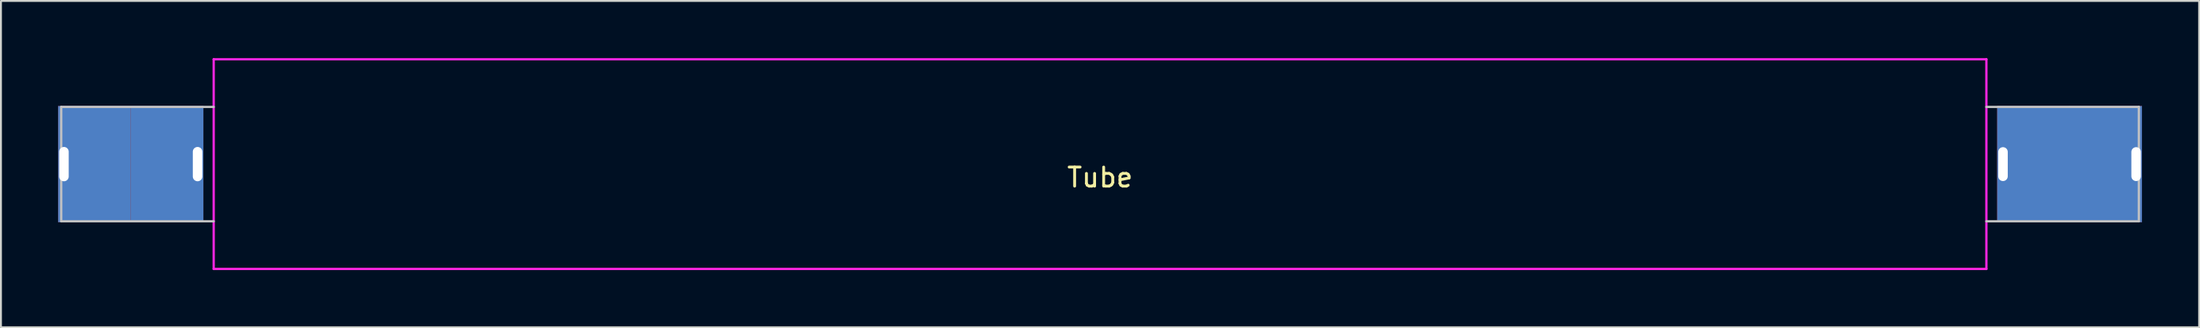
<source format=kicad_pcb>
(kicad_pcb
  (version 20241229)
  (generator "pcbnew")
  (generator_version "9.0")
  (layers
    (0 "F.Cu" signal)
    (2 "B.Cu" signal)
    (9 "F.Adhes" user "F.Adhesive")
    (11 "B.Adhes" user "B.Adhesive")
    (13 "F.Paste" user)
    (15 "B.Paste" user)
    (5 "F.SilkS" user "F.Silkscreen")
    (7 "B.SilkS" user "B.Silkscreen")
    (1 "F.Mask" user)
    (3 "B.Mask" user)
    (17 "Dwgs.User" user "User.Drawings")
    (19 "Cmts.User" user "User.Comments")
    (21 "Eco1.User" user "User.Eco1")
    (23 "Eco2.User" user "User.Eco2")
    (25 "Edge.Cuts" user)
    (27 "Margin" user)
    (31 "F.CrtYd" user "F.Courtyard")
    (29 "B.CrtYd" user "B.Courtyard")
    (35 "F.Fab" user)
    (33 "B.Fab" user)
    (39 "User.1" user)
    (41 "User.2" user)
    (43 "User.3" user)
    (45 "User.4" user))
  (footprint "Tube"
    (layer "F.Cu")
    (at 54.661 5.56)
    (property "Reference" "Tube" (at 0 0.7 180) (layer "F.SilkS") (effects (font (size 1 1) (thickness 0.15))))
    (attr through_hole)
    (fp_line (start -54.5 -3) (end -54.5 3) (stroke (width 0.12) (type solid)) (layer "Dwgs.User"))
    (fp_line (start -54.5 -3) (end -46.5 -3) (stroke (width 0.12) (type solid)) (layer "Dwgs.User"))
    (fp_line (start -54.5 3) (end -46.5 3) (stroke (width 0.12) (type solid)) (layer "Dwgs.User"))
    (fp_line (start 46.5 -3) (end 54.5 -3) (stroke (width 0.12) (type solid)) (layer "Dwgs.User"))
    (fp_line (start 46.5 3) (end 54.5 3) (stroke (width 0.12) (type solid)) (layer "Dwgs.User"))
    (fp_line (start 54.5 -3) (end 54.5 3) (stroke (width 0.12) (type solid)) (layer "Dwgs.User"))
    (fp_line (start -46.5 -5.5) (end -46.5 5.5) (stroke (width 0.12) (type solid)) (layer "F.CrtYd"))
    (fp_line (start -46.5 5.5) (end 46.5 5.5) (stroke (width 0.12) (type solid)) (layer "F.CrtYd"))
    (fp_line (start 46.5 -5.5) (end -46.5 -5.5) (stroke (width 0.12) (type solid)) (layer "F.CrtYd"))
    (fp_line (start 46.5 5.5) (end 46.5 -5.5) (stroke (width 0.12) (type solid)) (layer "F.CrtYd"))
    (pad "1" thru_hole custom (at -54.356 0 90) (size 2 0.5) (drill oval 1.8 0.5) (layers "*.Cu" "*.Mask") (options (anchor rect)) (primitives (gr_poly (pts (xy 3.048 3.505) (xy -3.048 3.505) (xy -3.048 -0.305) (xy 3.048 -0.305)) (width 0) (fill yes))))
    (pad "1" thru_hole custom (at -47.346 0 270) (size 2 0.5) (drill oval 1.8 0.5) (layers "*.Cu" "*.Mask") (options (anchor rect)) (primitives (gr_poly (pts (xy 3.048 3.505) (xy -3.048 3.505) (xy -3.048 -0.305) (xy 3.048 -0.305)) (width 0) (fill yes))))
    (pad "2" thru_hole custom (at 47.371 0 90) (size 2 0.5) (drill oval 1.778 0.5) (layers "*.Cu" "*.Mask") (options (anchor rect)) (primitives (gr_poly (pts (xy 3.048 3.505) (xy -3.048 3.505) (xy -3.048 -0.305) (xy 3.048 -0.305)) (width 0) (fill yes))))
    (pad "2" thru_hole custom (at 54.356 0 270) (size 2 0.5) (drill oval 1.778 0.5) (layers "*.Cu" "*.Mask") (options (anchor rect)) (primitives (gr_poly (pts (xy 3.048 3.505) (xy -3.048 3.505) (xy -3.048 -0.305) (xy 3.048 -0.305)) (width 0) (fill yes)))))
  (gr_rect
    (start -3 -3)
    (end 112.322 14.12)
    (stroke (width 0.1) (type default))
    (fill no)
    (layer "Edge.Cuts")))
</source>
